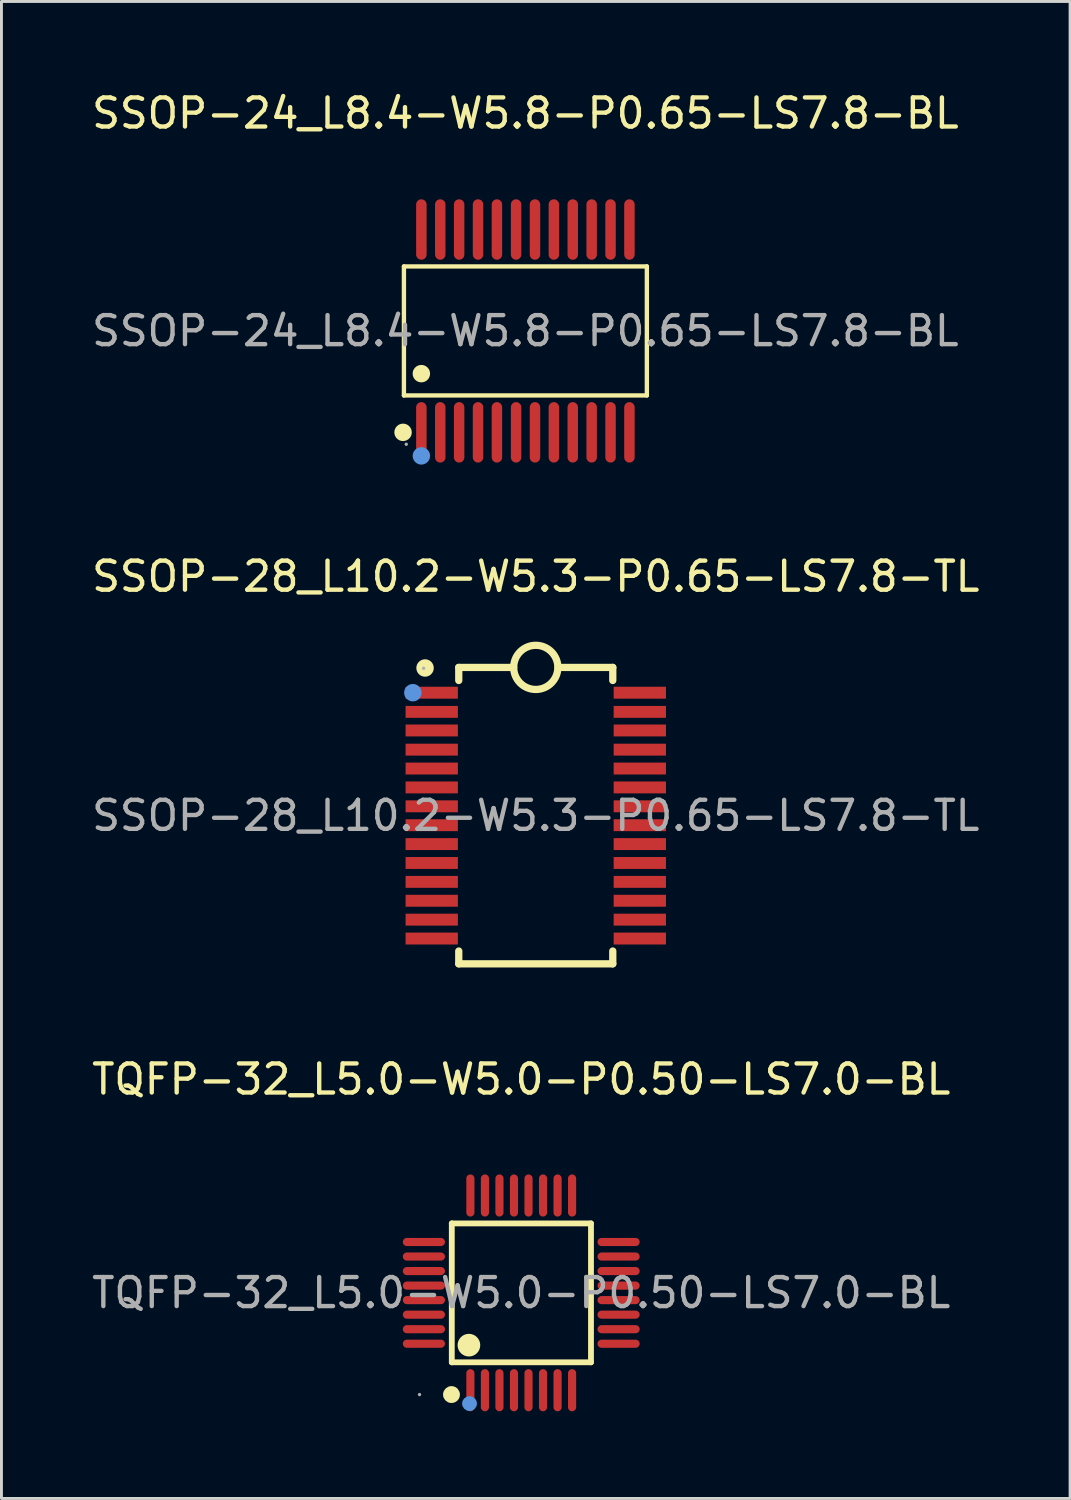
<source format=kicad_pcb>
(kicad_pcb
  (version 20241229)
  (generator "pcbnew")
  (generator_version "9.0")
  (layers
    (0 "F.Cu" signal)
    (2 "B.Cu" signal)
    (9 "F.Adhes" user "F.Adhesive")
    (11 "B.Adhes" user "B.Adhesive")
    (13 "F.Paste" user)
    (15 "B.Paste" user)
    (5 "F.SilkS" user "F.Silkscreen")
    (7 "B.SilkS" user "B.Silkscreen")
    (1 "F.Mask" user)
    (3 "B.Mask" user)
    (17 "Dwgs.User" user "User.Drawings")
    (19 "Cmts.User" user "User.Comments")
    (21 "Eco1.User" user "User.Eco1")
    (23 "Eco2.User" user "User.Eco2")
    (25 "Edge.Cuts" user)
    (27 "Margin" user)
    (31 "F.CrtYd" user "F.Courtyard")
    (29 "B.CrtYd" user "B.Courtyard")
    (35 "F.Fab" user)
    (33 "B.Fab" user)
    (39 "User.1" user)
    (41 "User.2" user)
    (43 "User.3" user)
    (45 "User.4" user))
  (footprint "SSOP-24_L8.4-W5.8-P0.65-LS7.8-BL"
    (layer "F.Cu")
    (at 15.03 8.338)
    (property "Reference" "SSOP-24_L8.4-W5.8-P0.65-LS7.8-BL" (at 0 -7.49 0) (layer "F.SilkS") (effects (font (size 1 1) (thickness 0.15))))
    (attr through_hole)
    (fp_line (start -4.18 -2.22) (end 4.18 -2.22) (stroke (width 0.15) (type solid)) (layer "F.SilkS"))
    (fp_line (start -4.18 2.22) (end -4.18 -2.22) (stroke (width 0.15) (type solid)) (layer "F.SilkS"))
    (fp_line (start 4.18 -2.22) (end 4.18 2.22) (stroke (width 0.15) (type solid)) (layer "F.SilkS"))
    (fp_line (start 4.18 2.22) (end -4.18 2.22) (stroke (width 0.15) (type solid)) (layer "F.SilkS"))
    (fp_circle (center -4.21 3.49) (end -4.06 3.49) (stroke (width 0.3) (type solid)) (fill no) (layer "F.SilkS"))
    (fp_circle (center -3.58 1.47) (end -3.43 1.47) (stroke (width 0.3) (type solid)) (fill no) (layer "F.SilkS"))
    (fp_circle (center -3.58 4.3) (end -3.43 4.3) (stroke (width 0.3) (type solid)) (fill no) (layer "Cmts.User"))
    (fp_circle (center -4.1 3.9) (end -4.07 3.9) (stroke (width 0.06) (type solid)) (fill no) (layer "F.Fab"))
    (fp_text user "${REFERENCE}" (at 0 0 0) (layer "F.Fab") (effects (font (size 1 1) (thickness 0.15))))
    (pad "1" smd oval (at -3.58 3.49) (size 0.36 2.08) (layers "F.Cu" "F.Mask" "F.Paste"))
    (pad "2" smd oval (at -2.93 3.49) (size 0.36 2.08) (layers "F.Cu" "F.Mask" "F.Paste"))
    (pad "3" smd oval (at -2.28 3.49) (size 0.36 2.08) (layers "F.Cu" "F.Mask" "F.Paste"))
    (pad "4" smd oval (at -1.63 3.49) (size 0.36 2.08) (layers "F.Cu" "F.Mask" "F.Paste"))
    (pad "5" smd oval (at -0.98 3.49) (size 0.36 2.08) (layers "F.Cu" "F.Mask" "F.Paste"))
    (pad "6" smd oval (at -0.32 3.49) (size 0.36 2.08) (layers "F.Cu" "F.Mask" "F.Paste"))
    (pad "7" smd oval (at 0.33 3.49) (size 0.36 2.08) (layers "F.Cu" "F.Mask" "F.Paste"))
    (pad "8" smd oval (at 0.98 3.49) (size 0.36 2.08) (layers "F.Cu" "F.Mask" "F.Paste"))
    (pad "9" smd oval (at 1.63 3.49) (size 0.36 2.08) (layers "F.Cu" "F.Mask" "F.Paste"))
    (pad "10" smd oval (at 2.28 3.49) (size 0.36 2.08) (layers "F.Cu" "F.Mask" "F.Paste"))
    (pad "11" smd oval (at 2.93 3.49) (size 0.36 2.08) (layers "F.Cu" "F.Mask" "F.Paste"))
    (pad "12" smd oval (at 3.58 3.49) (size 0.36 2.08) (layers "F.Cu" "F.Mask" "F.Paste"))
    (pad "13" smd oval (at 3.58 -3.49) (size 0.36 2.08) (layers "F.Cu" "F.Mask" "F.Paste"))
    (pad "14" smd oval (at 2.93 -3.49) (size 0.36 2.08) (layers "F.Cu" "F.Mask" "F.Paste"))
    (pad "15" smd oval (at 2.28 -3.49) (size 0.36 2.08) (layers "F.Cu" "F.Mask" "F.Paste"))
    (pad "16" smd oval (at 1.63 -3.49) (size 0.36 2.08) (layers "F.Cu" "F.Mask" "F.Paste"))
    (pad "17" smd oval (at 0.98 -3.49) (size 0.36 2.08) (layers "F.Cu" "F.Mask" "F.Paste"))
    (pad "18" smd oval (at 0.33 -3.49) (size 0.36 2.08) (layers "F.Cu" "F.Mask" "F.Paste"))
    (pad "19" smd oval (at -0.32 -3.49) (size 0.36 2.08) (layers "F.Cu" "F.Mask" "F.Paste"))
    (pad "20" smd oval (at -0.98 -3.49) (size 0.36 2.08) (layers "F.Cu" "F.Mask" "F.Paste"))
    (pad "21" smd oval (at -1.63 -3.49) (size 0.36 2.08) (layers "F.Cu" "F.Mask" "F.Paste"))
    (pad "22" smd oval (at -2.28 -3.49) (size 0.36 2.08) (layers "F.Cu" "F.Mask" "F.Paste"))
    (pad "23" smd oval (at -2.93 -3.49) (size 0.36 2.08) (layers "F.Cu" "F.Mask" "F.Paste"))
    (pad "24" smd oval (at -3.58 -3.49) (size 0.36 2.08) (layers "F.Cu" "F.Mask" "F.Paste")))
  (footprint "TQFP-32_L5.0-W5.0-P0.50-LS7.0-BL"
    (layer "F.Cu")
    (at 14.887 41.44)
    (property "Reference" "TQFP-32_L5.0-W5.0-P0.50-LS7.0-BL" (at 0 -7.35 0) (layer "F.SilkS") (effects (font (size 1 1) (thickness 0.15))))
    (attr through_hole)
    (fp_line (start -2.39 -2.39) (end -2.39 2.39) (stroke (width 0.2) (type solid)) (layer "F.SilkS"))
    (fp_line (start -2.39 2.39) (end 2.4 2.39) (stroke (width 0.2) (type solid)) (layer "F.SilkS"))
    (fp_line (start 2.4 -2.39) (end -2.39 -2.39) (stroke (width 0.2) (type solid)) (layer "F.SilkS"))
    (fp_line (start 2.4 2.39) (end 2.4 -2.39) (stroke (width 0.2) (type solid)) (layer "F.SilkS"))
    (fp_arc (start -2.39 3.36) (mid -2.405328 3.640256) (end -2.399349 3.359645) (stroke (width 0.3) (type solid)) (layer "F.SilkS"))
    (fp_arc (start -1.8 1.61) (mid -1.795242 1.98994) (end -1.809513 1.610238) (stroke (width 0.4) (type solid)) (layer "F.SilkS"))
    (fp_circle (center -1.78 3.81) (end -1.65 3.81) (stroke (width 0.25) (type solid)) (fill no) (layer "Cmts.User"))
    (fp_circle (center -3.5 3.5) (end -3.47 3.5) (stroke (width 0.06) (type solid)) (fill no) (layer "F.Fab"))
    (fp_text user "${REFERENCE}" (at 0 0 0) (layer "F.Fab") (effects (font (size 1 1) (thickness 0.15))))
    (pad "1" smd oval (at -1.75 3.35) (size 0.28 1.45) (layers "F.Cu" "F.Mask" "F.Paste"))
    (pad "2" smd oval (at -1.25 3.35) (size 0.28 1.45) (layers "F.Cu" "F.Mask" "F.Paste"))
    (pad "3" smd oval (at -0.75 3.35) (size 0.28 1.45) (layers "F.Cu" "F.Mask" "F.Paste"))
    (pad "4" smd oval (at -0.25 3.35) (size 0.28 1.45) (layers "F.Cu" "F.Mask" "F.Paste"))
    (pad "5" smd oval (at 0.25 3.35) (size 0.28 1.45) (layers "F.Cu" "F.Mask" "F.Paste"))
    (pad "6" smd oval (at 0.75 3.35) (size 0.28 1.45) (layers "F.Cu" "F.Mask" "F.Paste"))
    (pad "7" smd oval (at 1.25 3.35) (size 0.28 1.45) (layers "F.Cu" "F.Mask" "F.Paste"))
    (pad "8" smd oval (at 1.75 3.35) (size 0.28 1.45) (layers "F.Cu" "F.Mask" "F.Paste"))
    (pad "9" smd oval (at 3.35 1.75) (size 1.45 0.28) (layers "F.Cu" "F.Mask" "F.Paste"))
    (pad "10" smd oval (at 3.35 1.25) (size 1.45 0.28) (layers "F.Cu" "F.Mask" "F.Paste"))
    (pad "11" smd oval (at 3.35 0.75) (size 1.45 0.28) (layers "F.Cu" "F.Mask" "F.Paste"))
    (pad "12" smd oval (at 3.35 0.25) (size 1.45 0.28) (layers "F.Cu" "F.Mask" "F.Paste"))
    (pad "13" smd oval (at 3.35 -0.25) (size 1.45 0.28) (layers "F.Cu" "F.Mask" "F.Paste"))
    (pad "14" smd oval (at 3.35 -0.75) (size 1.45 0.28) (layers "F.Cu" "F.Mask" "F.Paste"))
    (pad "15" smd oval (at 3.35 -1.25) (size 1.45 0.28) (layers "F.Cu" "F.Mask" "F.Paste"))
    (pad "16" smd oval (at 3.35 -1.75) (size 1.45 0.28) (layers "F.Cu" "F.Mask" "F.Paste"))
    (pad "17" smd oval (at 1.75 -3.35) (size 0.28 1.45) (layers "F.Cu" "F.Mask" "F.Paste"))
    (pad "18" smd oval (at 1.25 -3.35) (size 0.28 1.45) (layers "F.Cu" "F.Mask" "F.Paste"))
    (pad "19" smd oval (at 0.75 -3.35) (size 0.28 1.45) (layers "F.Cu" "F.Mask" "F.Paste"))
    (pad "20" smd oval (at 0.25 -3.35) (size 0.28 1.45) (layers "F.Cu" "F.Mask" "F.Paste"))
    (pad "21" smd oval (at -0.25 -3.35) (size 0.28 1.45) (layers "F.Cu" "F.Mask" "F.Paste"))
    (pad "22" smd oval (at -0.75 -3.35) (size 0.28 1.45) (layers "F.Cu" "F.Mask" "F.Paste"))
    (pad "23" smd oval (at -1.25 -3.35) (size 0.28 1.45) (layers "F.Cu" "F.Mask" "F.Paste"))
    (pad "24" smd oval (at -1.75 -3.35) (size 0.28 1.45) (layers "F.Cu" "F.Mask" "F.Paste"))
    (pad "25" smd oval (at -3.35 -1.75) (size 1.45 0.28) (layers "F.Cu" "F.Mask" "F.Paste"))
    (pad "26" smd oval (at -3.35 -1.25) (size 1.45 0.28) (layers "F.Cu" "F.Mask" "F.Paste"))
    (pad "27" smd oval (at -3.35 -0.75) (size 1.45 0.28) (layers "F.Cu" "F.Mask" "F.Paste"))
    (pad "28" smd oval (at -3.35 -0.25) (size 1.45 0.28) (layers "F.Cu" "F.Mask" "F.Paste"))
    (pad "29" smd oval (at -3.35 0.25) (size 1.45 0.28) (layers "F.Cu" "F.Mask" "F.Paste"))
    (pad "30" smd oval (at -3.35 0.75) (size 1.45 0.28) (layers "F.Cu" "F.Mask" "F.Paste"))
    (pad "31" smd oval (at -3.35 1.25) (size 1.45 0.28) (layers "F.Cu" "F.Mask" "F.Paste"))
    (pad "32" smd oval (at -3.35 1.75) (size 1.45 0.28) (layers "F.Cu" "F.Mask" "F.Paste")))
  (footprint "SSOP-28_L10.2-W5.3-P0.65-LS7.8-TL"
    (layer "F.Cu")
    (at 15.387 25.017)
    (property "Reference" "SSOP-28_L10.2-W5.3-P0.65-LS7.8-TL" (at 0 -8.23 0) (layer "F.SilkS") (effects (font (size 1 1) (thickness 0.15))))
    (attr through_hole)
    (fp_line (start -2.65 -5.1) (end -0.76 -5.1) (stroke (width 0.25) (type solid)) (layer "F.SilkS"))
    (fp_line (start -2.65 -4.65) (end -2.65 -5.1) (stroke (width 0.25) (type solid)) (layer "F.SilkS"))
    (fp_line (start -2.65 5.1) (end -2.65 4.66) (stroke (width 0.25) (type solid)) (layer "F.SilkS"))
    (fp_line (start -2.65 5.1) (end 2.65 5.1) (stroke (width 0.25) (type solid)) (layer "F.SilkS"))
    (fp_line (start 2.65 -5.1) (end 0.77 -5.1) (stroke (width 0.25) (type solid)) (layer "F.SilkS"))
    (fp_line (start 2.65 -5.1) (end 2.65 -4.65) (stroke (width 0.25) (type solid)) (layer "F.SilkS"))
    (fp_line (start 2.65 4.66) (end 2.65 5.1) (stroke (width 0.25) (type solid)) (layer "F.SilkS"))
    (fp_arc (start -0.759884 -5.113264) (mid 0.759971 -5.093368) (end -0.76 -5.1) (stroke (width 0.25) (type solid)) (layer "F.SilkS"))
    (fp_circle (center -3.81 -5.08) (end -3.66 -5.08) (stroke (width 0.3) (type solid)) (fill no) (layer "F.SilkS"))
    (fp_circle (center -4.23 -4.23) (end -4.08 -4.23) (stroke (width 0.3) (type solid)) (fill no) (layer "Cmts.User"))
    (fp_circle (center -3.86 -5.07) (end -3.83 -5.07) (stroke (width 0.06) (type solid)) (fill no) (layer "F.Fab"))
    (fp_text user "${REFERENCE}" (at 0 0 0) (layer "F.Fab") (effects (font (size 1 1) (thickness 0.15))))
    (pad "1" smd rect (at -3.58 -4.23) (size 1.8 0.41) (layers "F.Cu" "F.Mask" "F.Paste"))
    (pad "2" smd rect (at -3.58 -3.57) (size 1.8 0.41) (layers "F.Cu" "F.Mask" "F.Paste"))
    (pad "3" smd rect (at -3.58 -2.93) (size 1.8 0.41) (layers "F.Cu" "F.Mask" "F.Paste"))
    (pad "4" smd rect (at -3.58 -2.27) (size 1.8 0.41) (layers "F.Cu" "F.Mask" "F.Paste"))
    (pad "5" smd rect (at -3.58 -1.62) (size 1.8 0.41) (layers "F.Cu" "F.Mask" "F.Paste"))
    (pad "6" smd rect (at -3.58 -0.97) (size 1.8 0.41) (layers "F.Cu" "F.Mask" "F.Paste"))
    (pad "7" smd rect (at -3.58 -0.32) (size 1.8 0.41) (layers "F.Cu" "F.Mask" "F.Paste"))
    (pad "8" smd rect (at -3.58 0.33) (size 1.8 0.41) (layers "F.Cu" "F.Mask" "F.Paste"))
    (pad "9" smd rect (at -3.58 0.98) (size 1.8 0.41) (layers "F.Cu" "F.Mask" "F.Paste"))
    (pad "10" smd rect (at -3.58 1.63) (size 1.8 0.41) (layers "F.Cu" "F.Mask" "F.Paste"))
    (pad "11" smd rect (at -3.58 2.28) (size 1.8 0.41) (layers "F.Cu" "F.Mask" "F.Paste"))
    (pad "12" smd rect (at -3.58 2.93) (size 1.8 0.41) (layers "F.Cu" "F.Mask" "F.Paste"))
    (pad "13" smd rect (at -3.58 3.58) (size 1.8 0.41) (layers "F.Cu" "F.Mask" "F.Paste"))
    (pad "14" smd rect (at -3.58 4.23) (size 1.8 0.41) (layers "F.Cu" "F.Mask" "F.Paste"))
    (pad "15" smd rect (at 3.58 4.23) (size 1.8 0.41) (layers "F.Cu" "F.Mask" "F.Paste"))
    (pad "16" smd rect (at 3.58 3.58) (size 1.8 0.41) (layers "F.Cu" "F.Mask" "F.Paste"))
    (pad "17" smd rect (at 3.58 2.93) (size 1.8 0.41) (layers "F.Cu" "F.Mask" "F.Paste"))
    (pad "18" smd rect (at 3.58 2.28) (size 1.8 0.41) (layers "F.Cu" "F.Mask" "F.Paste"))
    (pad "19" smd rect (at 3.58 1.63) (size 1.8 0.41) (layers "F.Cu" "F.Mask" "F.Paste"))
    (pad "20" smd rect (at 3.58 0.98) (size 1.8 0.41) (layers "F.Cu" "F.Mask" "F.Paste"))
    (pad "21" smd rect (at 3.58 0.33) (size 1.8 0.41) (layers "F.Cu" "F.Mask" "F.Paste"))
    (pad "22" smd rect (at 3.58 -0.32) (size 1.8 0.41) (layers "F.Cu" "F.Mask" "F.Paste"))
    (pad "23" smd rect (at 3.58 -0.97) (size 1.8 0.41) (layers "F.Cu" "F.Mask" "F.Paste"))
    (pad "24" smd rect (at 3.58 -1.62) (size 1.8 0.41) (layers "F.Cu" "F.Mask" "F.Paste"))
    (pad "25" smd rect (at 3.58 -2.27) (size 1.8 0.41) (layers "F.Cu" "F.Mask" "F.Paste"))
    (pad "26" smd rect (at 3.58 -2.93) (size 1.8 0.41) (layers "F.Cu" "F.Mask" "F.Paste"))
    (pad "27" smd rect (at 3.58 -3.57) (size 1.8 0.41) (layers "F.Cu" "F.Mask" "F.Paste"))
    (pad "28" smd rect (at 3.58 -4.23) (size 1.8 0.41) (layers "F.Cu" "F.Mask" "F.Paste")))
  (gr_rect
    (start -3 -3)
    (end 33.774 48.515)
    (stroke (width 0.1) (type default))
    (fill no)
    (layer "Edge.Cuts")))
</source>
